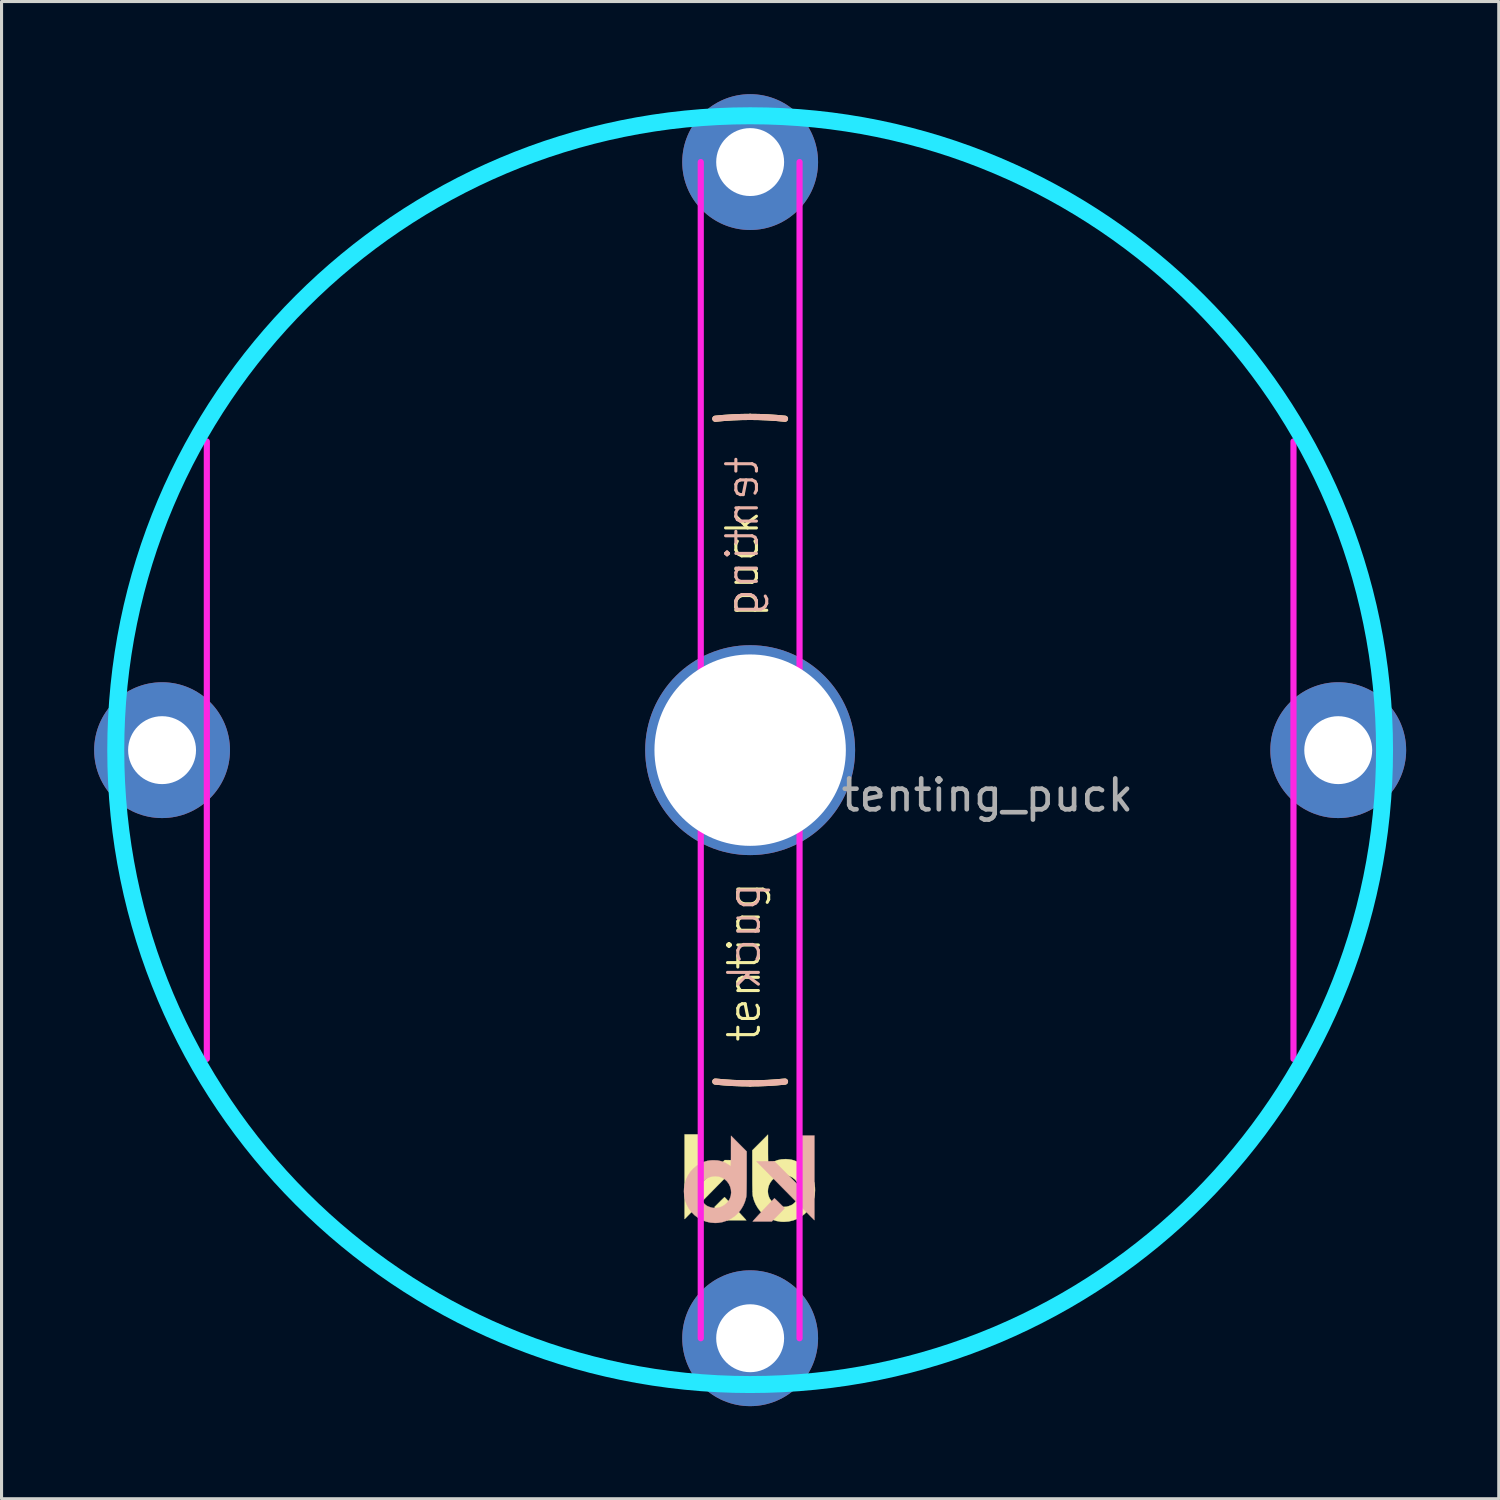
<source format=kicad_pcb>
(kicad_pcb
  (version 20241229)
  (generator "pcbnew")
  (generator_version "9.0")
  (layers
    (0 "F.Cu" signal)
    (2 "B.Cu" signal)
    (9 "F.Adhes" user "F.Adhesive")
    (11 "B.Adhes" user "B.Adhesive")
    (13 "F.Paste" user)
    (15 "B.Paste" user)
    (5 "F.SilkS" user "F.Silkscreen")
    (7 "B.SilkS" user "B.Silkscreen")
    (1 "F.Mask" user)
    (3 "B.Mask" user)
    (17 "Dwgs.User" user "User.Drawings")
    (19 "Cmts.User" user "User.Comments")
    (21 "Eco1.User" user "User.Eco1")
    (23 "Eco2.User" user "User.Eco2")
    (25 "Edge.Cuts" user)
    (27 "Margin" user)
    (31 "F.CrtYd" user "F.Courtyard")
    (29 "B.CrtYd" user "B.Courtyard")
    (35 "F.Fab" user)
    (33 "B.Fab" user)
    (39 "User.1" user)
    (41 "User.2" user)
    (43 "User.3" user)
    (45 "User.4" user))
  (footprint "tenting_puck"
    (layer "F.Cu")
    (at 21.25 21.25)
    (property "Reference" "tenting_puck" (at 7.684 1.46 0) (layer "F.Fab") (effects (font (size 1 1) (thickness 0.15))))
    (attr through_hole)
    (fp_arc (start -20.32 -2.8575) (mid -19.91151 -4.959786) (end -19.286134 -7.008048) (stroke (width 0.2) (type solid)) (layer "F.SilkS"))
    (fp_arc (start -19.286134 7.008047) (mid -19.91151 4.959786) (end -20.32 2.8575) (stroke (width 0.2) (type solid)) (layer "F.SilkS"))
    (fp_arc (start -7.008048 -19.286134) (mid -4.959786 -19.91151) (end -2.8575 -20.32) (stroke (width 0.2) (type solid)) (layer "F.SilkS"))
    (fp_arc (start -2.8575 20.32) (mid -4.959785 19.91151) (end -7.008046 19.286135) (stroke (width 0.2) (type solid)) (layer "F.SilkS"))
    (fp_arc (start -1.128385 -10.735864) (mid -0.564967 -10.780206) (end 0 -10.795) (stroke (width 0.2) (type solid)) (layer "F.SilkS"))
    (fp_arc (start 0 -10.795) (mid 0.564967 -10.780206) (end 1.128385 -10.735864) (stroke (width 0.2) (type solid)) (layer "F.SilkS"))
    (fp_arc (start 0 10.795) (mid -0.564967 10.780206) (end -1.128385 10.735864) (stroke (width 0.2) (type solid)) (layer "F.SilkS"))
    (fp_arc (start 1.128385 10.735864) (mid 0.564967 10.780206) (end 0 10.795) (stroke (width 0.2) (type solid)) (layer "F.SilkS"))
    (fp_arc (start 2.8575 -20.32) (mid 4.959786 -19.91151) (end 7.008047 -19.286134) (stroke (width 0.2) (type solid)) (layer "F.SilkS"))
    (fp_arc (start 7.008047 19.286134) (mid 4.959786 19.91151) (end 2.8575 20.32) (stroke (width 0.2) (type solid)) (layer "F.SilkS"))
    (fp_arc (start 19.286135 -7.008045) (mid 19.91151 -4.959785) (end 20.32 -2.8575) (stroke (width 0.2) (type solid)) (layer "F.SilkS"))
    (fp_arc (start 20.32 2.8575) (mid 19.91151 4.959785) (end 19.286135 7.008046) (stroke (width 0.2) (type solid)) (layer "F.SilkS"))
    (fp_poly (pts (xy -1.627 14.082) (xy -0.824 13.279) (xy -0.535 13.282) (xy -0.247 13.285) (xy -1.094 14.145) (xy -1.212 14.265) (xy -1.327 14.382) (xy -1.437 14.494) (xy -1.542 14.6) (xy -1.64 14.7) (xy -1.731 14.791) (xy -1.811 14.874) (xy -1.882 14.945) (xy -1.941 15.005) (xy -1.987 15.052) (xy -2.019 15.084) (xy -2.032 15.098) (xy -2.123 15.19) (xy -2.123 12.448) (xy -1.627 12.448) (xy -1.627 14.082)) (stroke (width 0.01) (type solid)) (fill yes) (layer "F.SilkS"))
    (fp_poly (pts (xy -0.82 14.488) (xy -0.797 14.511) (xy -0.763 14.547) (xy -0.719 14.593) (xy -0.666 14.647) (xy -0.609 14.708) (xy -0.547 14.773) (xy -0.483 14.841) (xy -0.42 14.908) (xy -0.359 14.973) (xy -0.302 15.034) (xy -0.251 15.089) (xy -0.208 15.135) (xy -0.175 15.171) (xy -0.154 15.194) (xy -0.152 15.197) (xy -0.124 15.231) (xy -0.744 15.231) (xy -0.917 15.055) (xy -0.971 15) (xy -1.021 14.948) (xy -1.065 14.903) (xy -1.099 14.868) (xy -1.121 14.844) (xy -1.124 14.841) (xy -1.158 14.803) (xy -0.997 14.642) (xy -0.948 14.592) (xy -0.903 14.549) (xy -0.867 14.514) (xy -0.842 14.491) (xy -0.829 14.48) (xy -0.829 14.48) (xy -0.82 14.488)) (stroke (width 0.01) (type solid)) (fill yes) (layer "F.SilkS"))
    (fp_poly (pts (xy 0.578 12.948) (xy 0.578 13.052) (xy 0.579 13.149) (xy 0.58 13.236) (xy 0.581 13.31) (xy 0.582 13.37) (xy 0.583 13.413) (xy 0.585 13.437) (xy 0.586 13.441) (xy 0.598 13.435) (xy 0.623 13.419) (xy 0.647 13.401) (xy 0.762 13.331) (xy 0.884 13.282) (xy 1.014 13.254) (xy 1.153 13.247) (xy 1.171 13.248) (xy 1.261 13.255) (xy 1.337 13.267) (xy 1.409 13.286) (xy 1.484 13.315) (xy 1.554 13.348) (xy 1.682 13.423) (xy 1.795 13.515) (xy 1.892 13.622) (xy 1.972 13.743) (xy 2.033 13.874) (xy 2.076 14.016) (xy 2.099 14.167) (xy 2.102 14.256) (xy 2.092 14.409) (xy 2.061 14.553) (xy 2.008 14.693) (xy 1.95 14.8) (xy 1.865 14.92) (xy 1.763 15.025) (xy 1.648 15.113) (xy 1.521 15.184) (xy 1.385 15.236) (xy 1.241 15.268) (xy 1.093 15.279) (xy 0.993 15.275) (xy 0.848 15.25) (xy 0.707 15.204) (xy 0.574 15.138) (xy 0.452 15.054) (xy 0.343 14.954) (xy 0.335 14.944) (xy 0.254 14.84) (xy 0.184 14.722) (xy 0.129 14.596) (xy 0.092 14.469) (xy 0.083 14.423) (xy 0.08 14.394) (xy 0.078 14.344) (xy 0.076 14.294) (xy 0.573 14.294) (xy 0.583 14.391) (xy 0.614 14.485) (xy 0.642 14.539) (xy 0.709 14.628) (xy 0.789 14.699) (xy 0.878 14.751) (xy 0.975 14.784) (xy 1.076 14.797) (xy 1.18 14.789) (xy 1.253 14.769) (xy 1.296 14.753) (xy 1.337 14.736) (xy 1.353 14.728) (xy 1.398 14.697) (xy 1.448 14.651) (xy 1.496 14.595) (xy 1.537 14.537) (xy 1.559 14.498) (xy 1.579 14.454) (xy 1.591 14.415) (xy 1.599 14.373) (xy 1.603 14.318) (xy 1.603 14.313) (xy 1.6 14.205) (xy 1.577 14.107) (xy 1.534 14.014) (xy 1.516 13.985) (xy 1.451 13.908) (xy 1.372 13.845) (xy 1.283 13.8) (xy 1.186 13.772) (xy 1.085 13.763) (xy 0.984 13.773) (xy 0.885 13.803) (xy 0.871 13.81) (xy 0.783 13.863) (xy 0.709 13.931) (xy 0.65 14.011) (xy 0.607 14.101) (xy 0.581 14.196) (xy 0.573 14.294) (xy 0.076 14.294) (xy 0.076 14.274) (xy 0.074 14.185) (xy 0.072 14.078) (xy 0.071 13.955) (xy 0.071 13.818) (xy 0.071 13.668) (xy 0.071 13.656) (xy 0.07 12.964) (xy 0.578 12.454) (xy 0.578 12.948)) (stroke (width 0.01) (type solid)) (fill yes) (layer "F.SilkS"))
    (fp_arc (start -20.32 -2.8575) (mid -19.91151 -4.959784) (end -19.286136 -7.008044) (stroke (width 0.2) (type solid)) (layer "B.SilkS"))
    (fp_arc (start -19.286135 7.008046) (mid -19.91151 4.959785) (end -20.32 2.8575) (stroke (width 0.2) (type solid)) (layer "B.SilkS"))
    (fp_arc (start -7.008046 -19.286135) (mid -4.959785 -19.91151) (end -2.8575 -20.32) (stroke (width 0.2) (type solid)) (layer "B.SilkS"))
    (fp_arc (start -2.8575 20.32) (mid -4.959785 19.91151) (end -7.008045 19.286135) (stroke (width 0.2) (type solid)) (layer "B.SilkS"))
    (fp_arc (start -1.128385 -10.735864) (mid -0.564967 -10.780206) (end 0 -10.795) (stroke (width 0.2) (type solid)) (layer "B.SilkS"))
    (fp_arc (start 0 -10.795) (mid 0.564967 -10.780206) (end 1.128385 -10.735864) (stroke (width 0.2) (type solid)) (layer "B.SilkS"))
    (fp_arc (start 0 10.795) (mid -0.564967 10.780206) (end -1.128385 10.735864) (stroke (width 0.2) (type solid)) (layer "B.SilkS"))
    (fp_arc (start 1.128385 10.735864) (mid 0.564967 10.780206) (end 0 10.795) (stroke (width 0.2) (type solid)) (layer "B.SilkS"))
    (fp_arc (start 2.8575 -20.32) (mid 4.959787 -19.91151) (end 7.008049 -19.286134) (stroke (width 0.2) (type solid)) (layer "B.SilkS"))
    (fp_arc (start 7.008045 19.286135) (mid 4.959785 19.91151) (end 2.8575 20.32) (stroke (width 0.2) (type solid)) (layer "B.SilkS"))
    (fp_arc (start 19.286134 -7.008048) (mid 19.91151 -4.959786) (end 20.32 -2.8575) (stroke (width 0.2) (type solid)) (layer "B.SilkS"))
    (fp_arc (start 20.32 2.8575) (mid 19.91151 4.959786) (end 19.286134 7.008048) (stroke (width 0.2) (type solid)) (layer "B.SilkS"))
    (fp_poly (pts (xy 1.584 14.118) (xy 0.782 13.315) (xy 0.493 13.318) (xy 0.205 13.322) (xy 1.052 14.182) (xy 1.17 14.301) (xy 1.285 14.418) (xy 1.395 14.53) (xy 1.5 14.637) (xy 1.598 14.736) (xy 1.688 14.828) (xy 1.769 14.91) (xy 1.84 14.981) (xy 1.899 15.041) (xy 1.944 15.088) (xy 1.976 15.12) (xy 1.99 15.134) (xy 2.081 15.226) (xy 2.081 12.484) (xy 1.584 12.484) (xy 1.584 14.118)) (stroke (width 0.01) (type solid)) (fill yes) (layer "B.SilkS"))
    (fp_poly (pts (xy 0.778 14.525) (xy 0.755 14.547) (xy 0.721 14.583) (xy 0.676 14.629) (xy 0.624 14.684) (xy 0.566 14.745) (xy 0.505 14.81) (xy 0.441 14.877) (xy 0.378 14.944) (xy 0.316 15.009) (xy 0.259 15.07) (xy 0.208 15.125) (xy 0.166 15.172) (xy 0.133 15.207) (xy 0.112 15.231) (xy 0.11 15.233) (xy 0.082 15.267) (xy 0.702 15.267) (xy 0.875 15.091) (xy 0.929 15.036) (xy 0.979 14.985) (xy 1.023 14.939) (xy 1.057 14.904) (xy 1.079 14.88) (xy 1.082 14.877) (xy 1.116 14.839) (xy 0.955 14.678) (xy 0.905 14.628) (xy 0.861 14.585) (xy 0.825 14.55) (xy 0.799 14.527) (xy 0.787 14.517) (xy 0.787 14.516) (xy 0.778 14.525)) (stroke (width 0.01) (type solid)) (fill yes) (layer "B.SilkS"))
    (fp_poly (pts (xy -0.621 12.984) (xy -0.621 13.088) (xy -0.621 13.185) (xy -0.622 13.272) (xy -0.623 13.346) (xy -0.624 13.406) (xy -0.625 13.45) (xy -0.627 13.473) (xy -0.628 13.477) (xy -0.64 13.471) (xy -0.665 13.455) (xy -0.689 13.438) (xy -0.804 13.367) (xy -0.926 13.318) (xy -1.057 13.29) (xy -1.196 13.284) (xy -1.214 13.284) (xy -1.303 13.291) (xy -1.38 13.303) (xy -1.451 13.322) (xy -1.526 13.351) (xy -1.596 13.384) (xy -1.724 13.459) (xy -1.837 13.551) (xy -1.934 13.658) (xy -2.014 13.779) (xy -2.076 13.911) (xy -2.118 14.053) (xy -2.141 14.203) (xy -2.145 14.293) (xy -2.134 14.445) (xy -2.103 14.59) (xy -2.05 14.729) (xy -1.993 14.836) (xy -1.907 14.956) (xy -1.805 15.061) (xy -1.69 15.149) (xy -1.563 15.22) (xy -1.427 15.272) (xy -1.283 15.304) (xy -1.135 15.316) (xy -1.035 15.311) (xy -0.89 15.286) (xy -0.75 15.24) (xy -0.616 15.174) (xy -0.494 15.09) (xy -0.386 14.99) (xy -0.377 14.981) (xy -0.296 14.876) (xy -0.226 14.758) (xy -0.171 14.632) (xy -0.134 14.505) (xy -0.125 14.459) (xy -0.122 14.43) (xy -0.12 14.38) (xy -0.118 14.33) (xy -0.615 14.33) (xy -0.625 14.428) (xy -0.656 14.522) (xy -0.684 14.576) (xy -0.751 14.664) (xy -0.831 14.735) (xy -0.92 14.787) (xy -1.017 14.82) (xy -1.119 14.833) (xy -1.222 14.825) (xy -1.295 14.805) (xy -1.338 14.789) (xy -1.379 14.772) (xy -1.395 14.764) (xy -1.441 14.733) (xy -1.49 14.687) (xy -1.538 14.632) (xy -1.579 14.573) (xy -1.601 14.534) (xy -1.621 14.49) (xy -1.634 14.452) (xy -1.641 14.409) (xy -1.645 14.354) (xy -1.646 14.349) (xy -1.642 14.241) (xy -1.619 14.144) (xy -1.576 14.05) (xy -1.558 14.022) (xy -1.493 13.944) (xy -1.415 13.882) (xy -1.325 13.836) (xy -1.228 13.808) (xy -1.127 13.799) (xy -1.026 13.809) (xy -0.927 13.84) (xy -0.913 13.846) (xy -0.825 13.899) (xy -0.751 13.967) (xy -0.692 14.047) (xy -0.649 14.137) (xy -0.623 14.232) (xy -0.615 14.33) (xy -0.118 14.33) (xy -0.118 14.31) (xy -0.116 14.221) (xy -0.115 14.114) (xy -0.114 13.991) (xy -0.113 13.854) (xy -0.113 13.704) (xy -0.113 13.692) (xy -0.113 13) (xy -0.62 12.49) (xy -0.621 12.984)) (stroke (width 0.01) (type solid)) (fill yes) (layer "B.SilkS"))
    (fp_circle (center 0 0) (end 20.55 0) (stroke (width 0.55) (type solid)) (fill no) (layer "B.CrtYd"))
    (fp_line (start -17.6 10) (end -17.6 -10) (stroke (width 0.2) (type solid)) (layer "F.CrtYd"))
    (fp_line (start -1.6 19.05) (end -1.6 -19.05) (stroke (width 0.2) (type solid)) (layer "F.CrtYd"))
    (fp_line (start 1.6 19.05) (end 1.6 -19.05) (stroke (width 0.2) (type solid)) (layer "F.CrtYd"))
    (fp_line (start 17.6 10) (end 17.6 -10) (stroke (width 0.2) (type solid)) (layer "F.CrtYd"))
    (fp_text user "puck" (at -0.254 -6.032 90) (layer "F.SilkS") (effects (font (size 1 1) (thickness 0.1))))
    (fp_text user "tenting" (at -0.191 6.858 90) (layer "F.SilkS") (effects (font (size 1 1) (thickness 0.1))))
    (fp_text user "tenting" (at -0.254 -6.921 90) (layer "B.SilkS") (effects (font (size 1 1) (thickness 0.1)) (justify mirror)))
    (fp_text user "puck" (at -0.191 6.032 90) (unlocked yes) (layer "B.SilkS") (effects (font (size 1 1) (thickness 0.1)) (justify mirror)))
    (pad "" thru_hole circle (at 0 0) (size 6.8 6.8) (drill 6.2) (layers "*.Cu" "*.Mask"))
    (pad "1" thru_hole circle (at -19.05 0) (size 4.4 4.4) (drill 2.2) (layers "*.Cu" "*.Mask"))
    (pad "1" thru_hole circle (at 0 -19.05) (size 4.4 4.4) (drill 2.2) (layers "*.Cu" "*.Mask"))
    (pad "1" thru_hole circle (at 0 19.05) (size 4.4 4.4) (drill 2.2) (layers "*.Cu" "*.Mask"))
    (pad "1" thru_hole circle (at 19.05 0) (size 4.4 4.4) (drill 2.2) (layers "*.Cu" "*.Mask")))
  (gr_rect
    (start -3 -3)
    (end 45.5 45.5)
    (stroke (width 0.1) (type default))
    (fill no)
    (layer "Edge.Cuts")))
</source>
